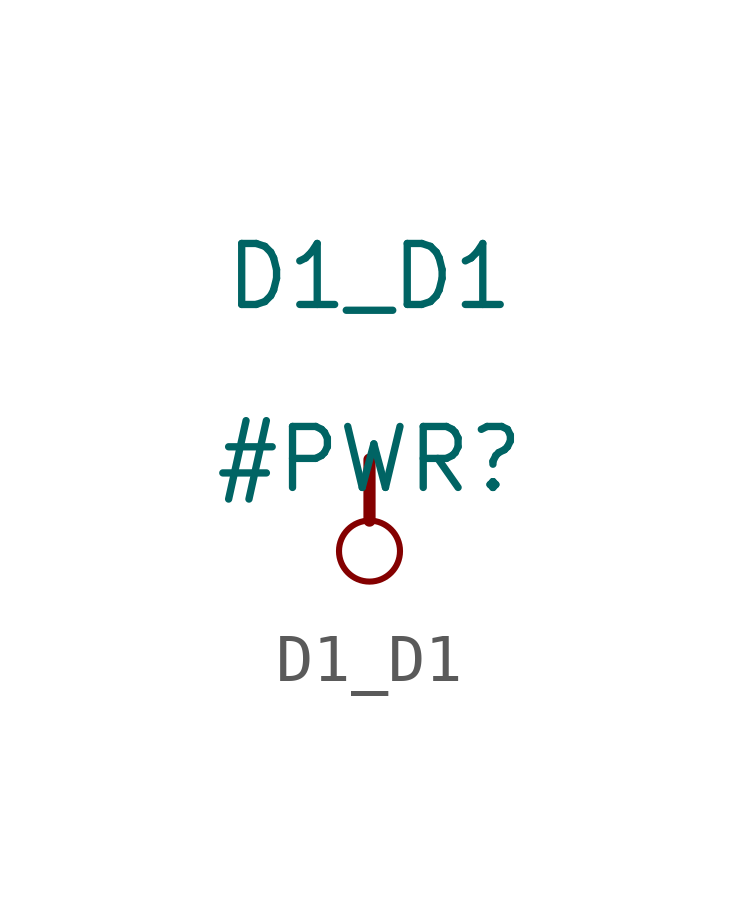
<source format=kicad_sym>
(kicad_symbol_lib
  (version 20211014)
  (generator kicad_symbol_editor)
  (symbol "D1_D1"
    (power)
    (property "Reference" "#PWR"
      (at 0 0 0)
      (effects (font (size 1.27 1.27))))
    (property "Value" "D1_D1"
      (at 0 3.81 0)
      (effects (font (size 1.27 1.27))))
    (symbol "D1_D1_0_0"
      (circle (center 0 -1.905) (radius 0.635) (stroke (width 0.127) (type default) (color 0 0 0 0)) (fill (type none)))
      (polyline (pts (xy 0 0) (xy 0 -1.27)) (stroke (width 0.254) (type default) (color 0 0 0 0)) (fill (type none)))
      (pin power_in line (at 0 0 0) (length 0) hide (name "D1_D1" (effects (font (size 1.27 1.27)))) (number "" (effects (font (size 1.27 1.27))))))))
</source>
